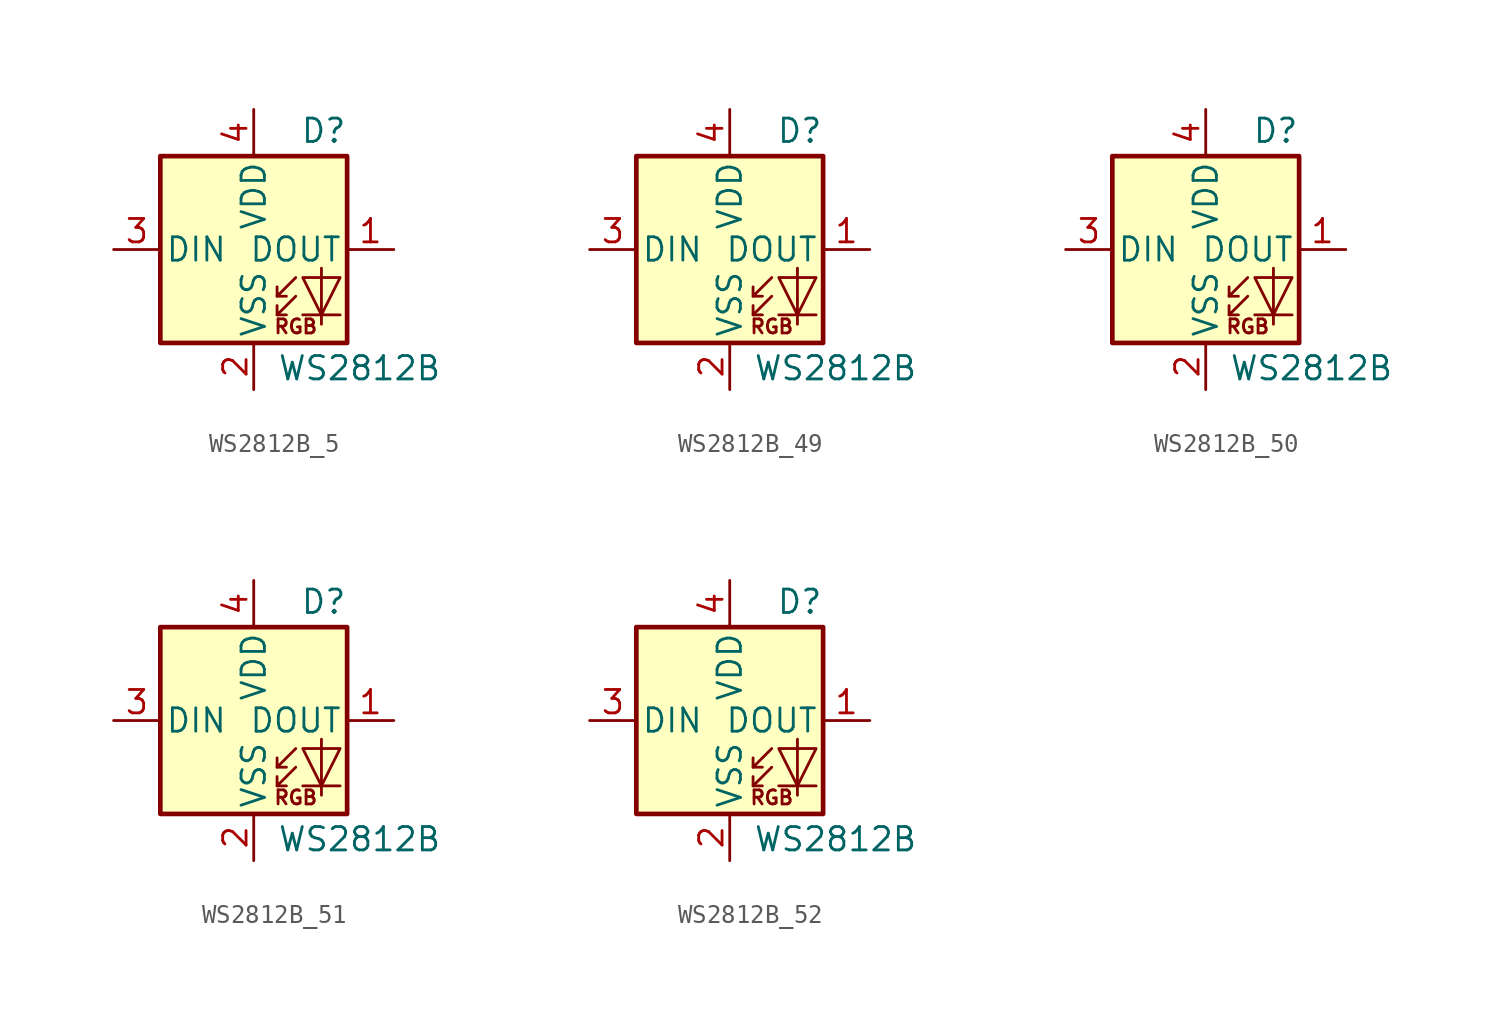
<source format=kicad_sym>
(kicad_symbol_lib
  (version 20220914)
  (generator kicad_symbol_editor)
  (symbol "WS2812B_5"
    (pin_names
      (offset 0.254))
    (property "Reference" "D"
      (at 5.08 5.715 0)
      (effects (font (size 1.27 1.27)) (justify right bottom)))
    (property "Value" "WS2812B"
      (at 1.27 -5.715 0)
      (effects (font (size 1.27 1.27)) (justify left top)))
    (symbol "WS2812B_5_0_0"
      (text "RGB" (at 2.286 -4.191 0) (effects (font (size 0.762 0.762)))))
    (symbol "WS2812B_5_0_1"
      (polyline (pts (xy 1.27 -3.556) (xy 1.778 -3.556)) (stroke (width 0) (type default)) (fill (type none)))
      (polyline (pts (xy 1.27 -2.54) (xy 1.778 -2.54)) (stroke (width 0) (type default)) (fill (type none)))
      (polyline (pts (xy 4.699 -3.556) (xy 2.667 -3.556)) (stroke (width 0) (type default)) (fill (type none)))
      (polyline (pts (xy 2.286 -2.54) (xy 1.27 -3.556) (xy 1.27 -3.048)) (stroke (width 0) (type default)) (fill (type none)))
      (polyline (pts (xy 2.286 -1.524) (xy 1.27 -2.54) (xy 1.27 -2.032)) (stroke (width 0) (type default)) (fill (type none)))
      (polyline (pts (xy 3.683 -1.016) (xy 3.683 -3.556) (xy 3.683 -4.064)) (stroke (width 0) (type default)) (fill (type none)))
      (polyline (pts (xy 4.699 -1.524) (xy 2.667 -1.524) (xy 3.683 -3.556) (xy 4.699 -1.524)) (stroke (width 0) (type default)) (fill (type none)))
      (rectangle (start 5.08 5.08) (end -5.08 -5.08) (stroke (width 0.254) (type default)) (fill (type background))))
    (symbol "WS2812B_5_1_1"
      (pin output line (at 7.62 0 180) (length 2.54) (name "DOUT" (effects (font (size 1.27 1.27)))) (number "1" (effects (font (size 1.27 1.27)))))
      (pin power_in line (at 0 -7.62 90) (length 2.54) (name "VSS" (effects (font (size 1.27 1.27)))) (number "2" (effects (font (size 1.27 1.27)))))
      (pin input line (at -7.62 0 0) (length 2.54) (name "DIN" (effects (font (size 1.27 1.27)))) (number "3" (effects (font (size 1.27 1.27)))))
      (pin power_in line (at 0 7.62 270) (length 2.54) (name "VDD" (effects (font (size 1.27 1.27)))) (number "4" (effects (font (size 1.27 1.27)))))))
  (symbol "WS2812B_49"
    (pin_names
      (offset 0.254))
    (property "Reference" "D"
      (at 5.08 5.715 0)
      (effects (font (size 1.27 1.27)) (justify right bottom)))
    (property "Value" "WS2812B"
      (at 1.27 -5.715 0)
      (effects (font (size 1.27 1.27)) (justify left top)))
    (symbol "WS2812B_49_0_0"
      (text "RGB" (at 2.286 -4.191 0) (effects (font (size 0.762 0.762)))))
    (symbol "WS2812B_49_0_1"
      (polyline (pts (xy 1.27 -3.556) (xy 1.778 -3.556)) (stroke (width 0) (type default)) (fill (type none)))
      (polyline (pts (xy 1.27 -2.54) (xy 1.778 -2.54)) (stroke (width 0) (type default)) (fill (type none)))
      (polyline (pts (xy 4.699 -3.556) (xy 2.667 -3.556)) (stroke (width 0) (type default)) (fill (type none)))
      (polyline (pts (xy 2.286 -2.54) (xy 1.27 -3.556) (xy 1.27 -3.048)) (stroke (width 0) (type default)) (fill (type none)))
      (polyline (pts (xy 2.286 -1.524) (xy 1.27 -2.54) (xy 1.27 -2.032)) (stroke (width 0) (type default)) (fill (type none)))
      (polyline (pts (xy 3.683 -1.016) (xy 3.683 -3.556) (xy 3.683 -4.064)) (stroke (width 0) (type default)) (fill (type none)))
      (polyline (pts (xy 4.699 -1.524) (xy 2.667 -1.524) (xy 3.683 -3.556) (xy 4.699 -1.524)) (stroke (width 0) (type default)) (fill (type none)))
      (rectangle (start 5.08 5.08) (end -5.08 -5.08) (stroke (width 0.254) (type default)) (fill (type background))))
    (symbol "WS2812B_49_1_1"
      (pin output line (at 7.62 0 180) (length 2.54) (name "DOUT" (effects (font (size 1.27 1.27)))) (number "1" (effects (font (size 1.27 1.27)))))
      (pin power_in line (at 0 -7.62 90) (length 2.54) (name "VSS" (effects (font (size 1.27 1.27)))) (number "2" (effects (font (size 1.27 1.27)))))
      (pin input line (at -7.62 0 0) (length 2.54) (name "DIN" (effects (font (size 1.27 1.27)))) (number "3" (effects (font (size 1.27 1.27)))))
      (pin power_in line (at 0 7.62 270) (length 2.54) (name "VDD" (effects (font (size 1.27 1.27)))) (number "4" (effects (font (size 1.27 1.27)))))))
  (symbol "WS2812B_50"
    (pin_names
      (offset 0.254))
    (property "Reference" "D"
      (at 5.08 5.715 0)
      (effects (font (size 1.27 1.27)) (justify right bottom)))
    (property "Value" "WS2812B"
      (at 1.27 -5.715 0)
      (effects (font (size 1.27 1.27)) (justify left top)))
    (symbol "WS2812B_50_0_0"
      (text "RGB" (at 2.286 -4.191 0) (effects (font (size 0.762 0.762)))))
    (symbol "WS2812B_50_0_1"
      (polyline (pts (xy 1.27 -3.556) (xy 1.778 -3.556)) (stroke (width 0) (type default)) (fill (type none)))
      (polyline (pts (xy 1.27 -2.54) (xy 1.778 -2.54)) (stroke (width 0) (type default)) (fill (type none)))
      (polyline (pts (xy 4.699 -3.556) (xy 2.667 -3.556)) (stroke (width 0) (type default)) (fill (type none)))
      (polyline (pts (xy 2.286 -2.54) (xy 1.27 -3.556) (xy 1.27 -3.048)) (stroke (width 0) (type default)) (fill (type none)))
      (polyline (pts (xy 2.286 -1.524) (xy 1.27 -2.54) (xy 1.27 -2.032)) (stroke (width 0) (type default)) (fill (type none)))
      (polyline (pts (xy 3.683 -1.016) (xy 3.683 -3.556) (xy 3.683 -4.064)) (stroke (width 0) (type default)) (fill (type none)))
      (polyline (pts (xy 4.699 -1.524) (xy 2.667 -1.524) (xy 3.683 -3.556) (xy 4.699 -1.524)) (stroke (width 0) (type default)) (fill (type none)))
      (rectangle (start 5.08 5.08) (end -5.08 -5.08) (stroke (width 0.254) (type default)) (fill (type background))))
    (symbol "WS2812B_50_1_1"
      (pin output line (at 7.62 0 180) (length 2.54) (name "DOUT" (effects (font (size 1.27 1.27)))) (number "1" (effects (font (size 1.27 1.27)))))
      (pin power_in line (at 0 -7.62 90) (length 2.54) (name "VSS" (effects (font (size 1.27 1.27)))) (number "2" (effects (font (size 1.27 1.27)))))
      (pin input line (at -7.62 0 0) (length 2.54) (name "DIN" (effects (font (size 1.27 1.27)))) (number "3" (effects (font (size 1.27 1.27)))))
      (pin power_in line (at 0 7.62 270) (length 2.54) (name "VDD" (effects (font (size 1.27 1.27)))) (number "4" (effects (font (size 1.27 1.27)))))))
  (symbol "WS2812B_51"
    (pin_names
      (offset 0.254))
    (property "Reference" "D"
      (at 5.08 5.715 0)
      (effects (font (size 1.27 1.27)) (justify right bottom)))
    (property "Value" "WS2812B"
      (at 1.27 -5.715 0)
      (effects (font (size 1.27 1.27)) (justify left top)))
    (symbol "WS2812B_51_0_0"
      (text "RGB" (at 2.286 -4.191 0) (effects (font (size 0.762 0.762)))))
    (symbol "WS2812B_51_0_1"
      (polyline (pts (xy 1.27 -3.556) (xy 1.778 -3.556)) (stroke (width 0) (type default)) (fill (type none)))
      (polyline (pts (xy 1.27 -2.54) (xy 1.778 -2.54)) (stroke (width 0) (type default)) (fill (type none)))
      (polyline (pts (xy 4.699 -3.556) (xy 2.667 -3.556)) (stroke (width 0) (type default)) (fill (type none)))
      (polyline (pts (xy 2.286 -2.54) (xy 1.27 -3.556) (xy 1.27 -3.048)) (stroke (width 0) (type default)) (fill (type none)))
      (polyline (pts (xy 2.286 -1.524) (xy 1.27 -2.54) (xy 1.27 -2.032)) (stroke (width 0) (type default)) (fill (type none)))
      (polyline (pts (xy 3.683 -1.016) (xy 3.683 -3.556) (xy 3.683 -4.064)) (stroke (width 0) (type default)) (fill (type none)))
      (polyline (pts (xy 4.699 -1.524) (xy 2.667 -1.524) (xy 3.683 -3.556) (xy 4.699 -1.524)) (stroke (width 0) (type default)) (fill (type none)))
      (rectangle (start 5.08 5.08) (end -5.08 -5.08) (stroke (width 0.254) (type default)) (fill (type background))))
    (symbol "WS2812B_51_1_1"
      (pin output line (at 7.62 0 180) (length 2.54) (name "DOUT" (effects (font (size 1.27 1.27)))) (number "1" (effects (font (size 1.27 1.27)))))
      (pin power_in line (at 0 -7.62 90) (length 2.54) (name "VSS" (effects (font (size 1.27 1.27)))) (number "2" (effects (font (size 1.27 1.27)))))
      (pin input line (at -7.62 0 0) (length 2.54) (name "DIN" (effects (font (size 1.27 1.27)))) (number "3" (effects (font (size 1.27 1.27)))))
      (pin power_in line (at 0 7.62 270) (length 2.54) (name "VDD" (effects (font (size 1.27 1.27)))) (number "4" (effects (font (size 1.27 1.27)))))))
  (symbol "WS2812B_52"
    (pin_names
      (offset 0.254))
    (property "Reference" "D"
      (at 5.08 5.715 0)
      (effects (font (size 1.27 1.27)) (justify right bottom)))
    (property "Value" "WS2812B"
      (at 1.27 -5.715 0)
      (effects (font (size 1.27 1.27)) (justify left top)))
    (symbol "WS2812B_52_0_0"
      (text "RGB" (at 2.286 -4.191 0) (effects (font (size 0.762 0.762)))))
    (symbol "WS2812B_52_0_1"
      (polyline (pts (xy 1.27 -3.556) (xy 1.778 -3.556)) (stroke (width 0) (type default)) (fill (type none)))
      (polyline (pts (xy 1.27 -2.54) (xy 1.778 -2.54)) (stroke (width 0) (type default)) (fill (type none)))
      (polyline (pts (xy 4.699 -3.556) (xy 2.667 -3.556)) (stroke (width 0) (type default)) (fill (type none)))
      (polyline (pts (xy 2.286 -2.54) (xy 1.27 -3.556) (xy 1.27 -3.048)) (stroke (width 0) (type default)) (fill (type none)))
      (polyline (pts (xy 2.286 -1.524) (xy 1.27 -2.54) (xy 1.27 -2.032)) (stroke (width 0) (type default)) (fill (type none)))
      (polyline (pts (xy 3.683 -1.016) (xy 3.683 -3.556) (xy 3.683 -4.064)) (stroke (width 0) (type default)) (fill (type none)))
      (polyline (pts (xy 4.699 -1.524) (xy 2.667 -1.524) (xy 3.683 -3.556) (xy 4.699 -1.524)) (stroke (width 0) (type default)) (fill (type none)))
      (rectangle (start 5.08 5.08) (end -5.08 -5.08) (stroke (width 0.254) (type default)) (fill (type background))))
    (symbol "WS2812B_52_1_1"
      (pin output line (at 7.62 0 180) (length 2.54) (name "DOUT" (effects (font (size 1.27 1.27)))) (number "1" (effects (font (size 1.27 1.27)))))
      (pin power_in line (at 0 -7.62 90) (length 2.54) (name "VSS" (effects (font (size 1.27 1.27)))) (number "2" (effects (font (size 1.27 1.27)))))
      (pin input line (at -7.62 0 0) (length 2.54) (name "DIN" (effects (font (size 1.27 1.27)))) (number "3" (effects (font (size 1.27 1.27)))))
      (pin power_in line (at 0 7.62 270) (length 2.54) (name "VDD" (effects (font (size 1.27 1.27)))) (number "4" (effects (font (size 1.27 1.27))))))))
</source>
